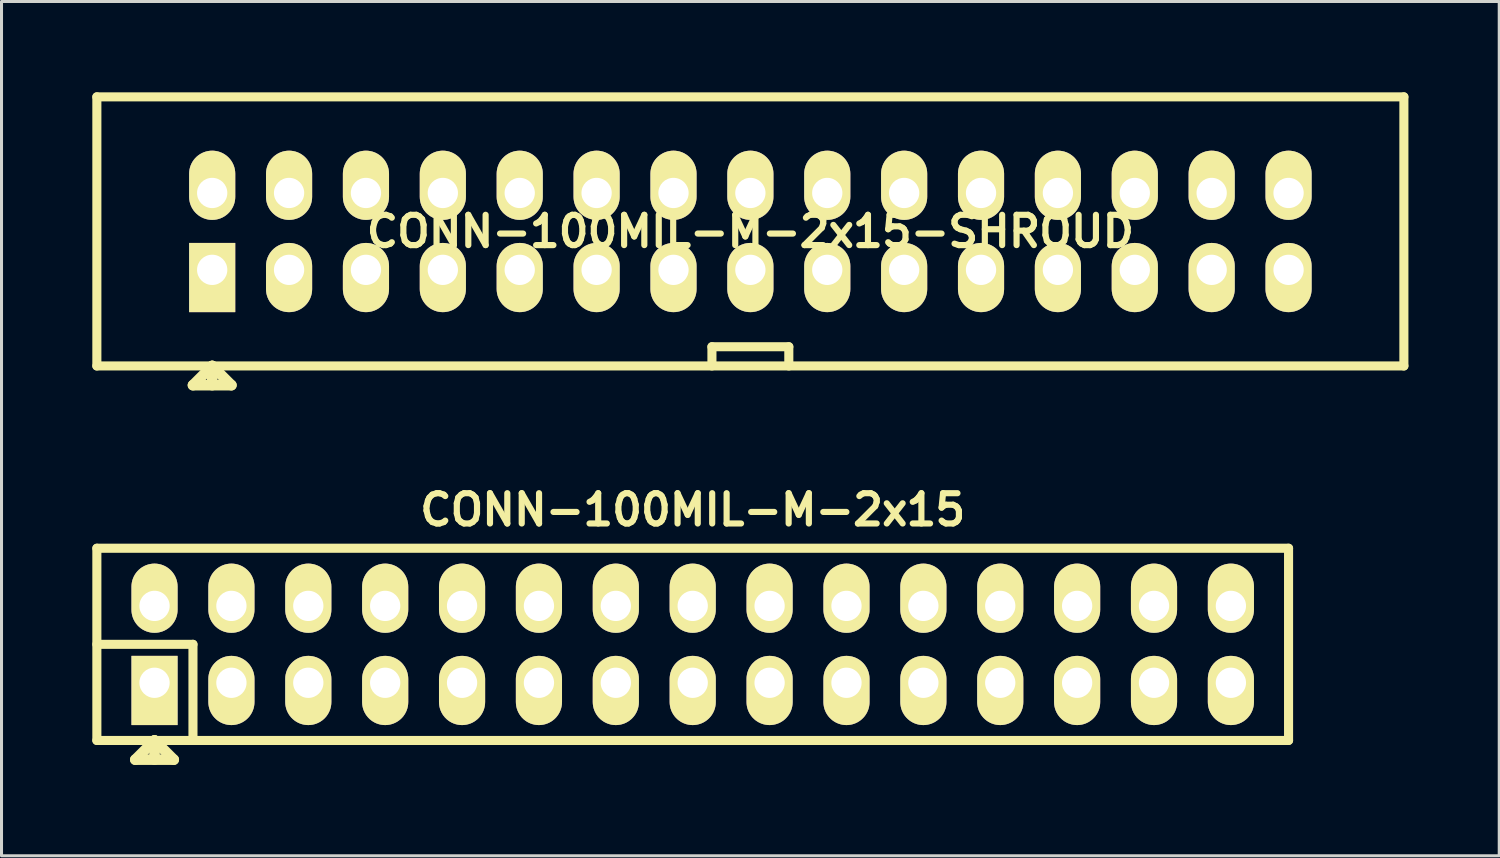
<source format=kicad_pcb>
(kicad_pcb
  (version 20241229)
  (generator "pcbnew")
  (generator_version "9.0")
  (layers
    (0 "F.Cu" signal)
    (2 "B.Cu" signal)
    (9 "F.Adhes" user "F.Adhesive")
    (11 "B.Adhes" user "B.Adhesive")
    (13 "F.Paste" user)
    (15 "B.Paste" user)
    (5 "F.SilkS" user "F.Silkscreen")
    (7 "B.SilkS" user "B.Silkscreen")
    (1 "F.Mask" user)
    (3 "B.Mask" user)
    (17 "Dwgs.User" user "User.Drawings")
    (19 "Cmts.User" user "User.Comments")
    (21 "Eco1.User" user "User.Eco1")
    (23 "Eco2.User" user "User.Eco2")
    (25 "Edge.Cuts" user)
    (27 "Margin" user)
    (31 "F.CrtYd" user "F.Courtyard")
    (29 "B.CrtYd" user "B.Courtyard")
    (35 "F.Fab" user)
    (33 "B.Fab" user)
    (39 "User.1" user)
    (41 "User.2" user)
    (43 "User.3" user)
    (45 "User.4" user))
  (footprint "CONN-100MIL-M-2x15"
    (layer "F.Cu")
    (at 19.835 18.237)
    (property "Reference" "CONN-100MIL-M-2x15" (at 0 -4.445 0) (layer "F.SilkS") (effects (font (size 1.001 1.001) (thickness 0.203))))
    (attr through_hole)
    (fp_line (start -19.685 -3.175) (end 19.685 -3.175) (stroke (width 0.3) (type solid)) (layer "F.SilkS"))
    (fp_line (start -19.685 0) (end -16.51 0) (stroke (width 0.3) (type solid)) (layer "F.SilkS"))
    (fp_line (start -19.685 3.175) (end -19.685 -3.175) (stroke (width 0.3) (type solid)) (layer "F.SilkS"))
    (fp_line (start -18.415 3.81) (end -17.145 3.81) (stroke (width 0.35) (type solid)) (layer "F.SilkS"))
    (fp_line (start -17.78 3.175) (end -18.415 3.81) (stroke (width 0.35) (type solid)) (layer "F.SilkS"))
    (fp_line (start -17.78 3.175) (end -17.78 3.81) (stroke (width 0.35) (type solid)) (layer "F.SilkS"))
    (fp_line (start -17.145 3.81) (end -17.78 3.175) (stroke (width 0.35) (type solid)) (layer "F.SilkS"))
    (fp_line (start -16.51 0) (end -16.51 3.175) (stroke (width 0.3) (type solid)) (layer "F.SilkS"))
    (fp_line (start 19.685 -3.175) (end 19.685 3.175) (stroke (width 0.3) (type solid)) (layer "F.SilkS"))
    (fp_line (start 19.685 3.175) (end -19.685 3.175) (stroke (width 0.3) (type solid)) (layer "F.SilkS"))
    (pad "1" thru_hole rect (at -17.78 1.27) (size 1.524 2.286) (drill 1 (offset 0 0.254)) (layers "*.Cu" "*.Mask" "F.SilkS"))
    (pad "2" thru_hole oval (at -17.78 -1.27) (size 1.524 2.286) (drill 1 (offset 0 -0.254)) (layers "*.Cu" "*.Mask" "F.SilkS"))
    (pad "3" thru_hole oval (at -15.24 1.27) (size 1.524 2.286) (drill 1 (offset 0 0.254)) (layers "*.Cu" "*.Mask" "F.SilkS"))
    (pad "4" thru_hole oval (at -15.24 -1.27) (size 1.524 2.286) (drill 1 (offset 0 -0.254)) (layers "*.Cu" "*.Mask" "F.SilkS"))
    (pad "5" thru_hole oval (at -12.7 1.27) (size 1.524 2.286) (drill 1 (offset 0 0.254)) (layers "*.Cu" "*.Mask" "F.SilkS"))
    (pad "6" thru_hole oval (at -12.7 -1.27) (size 1.524 2.286) (drill 1 (offset 0 -0.254)) (layers "*.Cu" "*.Mask" "F.SilkS"))
    (pad "7" thru_hole oval (at -10.16 1.27) (size 1.524 2.286) (drill 1 (offset 0 0.254)) (layers "*.Cu" "*.Mask" "F.SilkS"))
    (pad "8" thru_hole oval (at -10.16 -1.27) (size 1.524 2.286) (drill 1 (offset 0 -0.254)) (layers "*.Cu" "*.Mask" "F.SilkS"))
    (pad "9" thru_hole oval (at -7.62 1.27) (size 1.524 2.286) (drill 1 (offset 0 0.254)) (layers "*.Cu" "*.Mask" "F.SilkS"))
    (pad "10" thru_hole oval (at -7.62 -1.27) (size 1.524 2.286) (drill 1 (offset 0 -0.254)) (layers "*.Cu" "*.Mask" "F.SilkS"))
    (pad "11" thru_hole oval (at -5.08 1.27) (size 1.524 2.286) (drill 1 (offset 0 0.254)) (layers "*.Cu" "*.Mask" "F.SilkS"))
    (pad "12" thru_hole oval (at -5.08 -1.27) (size 1.524 2.286) (drill 1 (offset 0 -0.254)) (layers "*.Cu" "*.Mask" "F.SilkS"))
    (pad "13" thru_hole oval (at -2.54 1.27) (size 1.524 2.286) (drill 1 (offset 0 0.254)) (layers "*.Cu" "*.Mask" "F.SilkS"))
    (pad "14" thru_hole oval (at -2.54 -1.27) (size 1.524 2.286) (drill 1 (offset 0 -0.254)) (layers "*.Cu" "*.Mask" "F.SilkS"))
    (pad "15" thru_hole oval (at 0 1.27) (size 1.524 2.286) (drill 1 (offset 0 0.254)) (layers "*.Cu" "*.Mask" "F.SilkS"))
    (pad "16" thru_hole oval (at 0 -1.27) (size 1.524 2.286) (drill 1 (offset 0 -0.254)) (layers "*.Cu" "*.Mask" "F.SilkS"))
    (pad "17" thru_hole oval (at 2.54 1.27) (size 1.524 2.286) (drill 1 (offset 0 0.254)) (layers "*.Cu" "*.Mask" "F.SilkS"))
    (pad "18" thru_hole oval (at 2.54 -1.27) (size 1.524 2.286) (drill 1 (offset 0 -0.254)) (layers "*.Cu" "*.Mask" "F.SilkS"))
    (pad "19" thru_hole oval (at 5.08 1.27) (size 1.524 2.286) (drill 1 (offset 0 0.254)) (layers "*.Cu" "*.Mask" "F.SilkS"))
    (pad "20" thru_hole oval (at 5.08 -1.27) (size 1.524 2.286) (drill 1 (offset 0 -0.254)) (layers "*.Cu" "*.Mask" "F.SilkS"))
    (pad "21" thru_hole oval (at 7.62 1.27) (size 1.524 2.286) (drill 1 (offset 0 0.254)) (layers "*.Cu" "*.Mask" "F.SilkS"))
    (pad "22" thru_hole oval (at 7.62 -1.27) (size 1.524 2.286) (drill 1 (offset 0 -0.254)) (layers "*.Cu" "*.Mask" "F.SilkS"))
    (pad "23" thru_hole oval (at 10.16 1.27) (size 1.524 2.286) (drill 1 (offset 0 0.254)) (layers "*.Cu" "*.Mask" "F.SilkS"))
    (pad "24" thru_hole oval (at 10.16 -1.27) (size 1.524 2.286) (drill 1 (offset 0 -0.254)) (layers "*.Cu" "*.Mask" "F.SilkS"))
    (pad "25" thru_hole oval (at 12.7 1.27) (size 1.524 2.286) (drill 1 (offset 0 0.254)) (layers "*.Cu" "*.Mask" "F.SilkS"))
    (pad "26" thru_hole oval (at 12.7 -1.27) (size 1.524 2.286) (drill 1 (offset 0 -0.254)) (layers "*.Cu" "*.Mask" "F.SilkS"))
    (pad "27" thru_hole oval (at 15.24 1.27) (size 1.524 2.286) (drill 1 (offset 0 0.254)) (layers "*.Cu" "*.Mask" "F.SilkS"))
    (pad "28" thru_hole oval (at 15.24 -1.27) (size 1.524 2.286) (drill 1 (offset 0 -0.254)) (layers "*.Cu" "*.Mask" "F.SilkS"))
    (pad "29" thru_hole oval (at 17.78 1.27) (size 1.524 2.286) (drill 1 (offset 0 0.254)) (layers "*.Cu" "*.Mask" "F.SilkS"))
    (pad "30" thru_hole oval (at 17.78 -1.27) (size 1.524 2.286) (drill 1 (offset 0 -0.254)) (layers "*.Cu" "*.Mask" "F.SilkS")))
  (footprint "CONN-100MIL-M-2x15-SHROUD"
    (layer "F.Cu")
    (at 21.74 4.595)
    (property "Reference" "CONN-100MIL-M-2x15-SHROUD" (at 0 0 0) (layer "F.SilkS") (effects (font (size 1.001 1.001) (thickness 0.203))))
    (attr through_hole)
    (fp_line (start -21.59 -4.445) (end 21.59 -4.445) (stroke (width 0.3) (type solid)) (layer "F.SilkS"))
    (fp_line (start -21.59 4.445) (end -21.59 -4.445) (stroke (width 0.3) (type solid)) (layer "F.SilkS"))
    (fp_line (start -18.415 5.08) (end -17.145 5.08) (stroke (width 0.35) (type solid)) (layer "F.SilkS"))
    (fp_line (start -17.78 4.445) (end -18.415 5.08) (stroke (width 0.35) (type solid)) (layer "F.SilkS"))
    (fp_line (start -17.78 4.445) (end -17.78 5.08) (stroke (width 0.35) (type solid)) (layer "F.SilkS"))
    (fp_line (start -17.145 5.08) (end -17.78 4.445) (stroke (width 0.35) (type solid)) (layer "F.SilkS"))
    (fp_line (start -1.27 3.81) (end 1.27 3.81) (stroke (width 0.3) (type solid)) (layer "F.SilkS"))
    (fp_line (start -1.27 4.445) (end -1.27 3.81) (stroke (width 0.3) (type solid)) (layer "F.SilkS"))
    (fp_line (start 1.27 3.81) (end 1.27 4.445) (stroke (width 0.3) (type solid)) (layer "F.SilkS"))
    (fp_line (start 21.59 -4.445) (end 21.59 4.445) (stroke (width 0.3) (type solid)) (layer "F.SilkS"))
    (fp_line (start 21.59 4.445) (end -21.59 4.445) (stroke (width 0.3) (type solid)) (layer "F.SilkS"))
    (pad "1" thru_hole rect (at -17.78 1.27) (size 1.524 2.286) (drill 1 (offset 0 0.254)) (layers "*.Cu" "*.Mask" "F.SilkS"))
    (pad "2" thru_hole oval (at -17.78 -1.27) (size 1.524 2.286) (drill 1 (offset 0 -0.254)) (layers "*.Cu" "*.Mask" "F.SilkS"))
    (pad "3" thru_hole oval (at -15.24 1.27) (size 1.524 2.286) (drill 1 (offset 0 0.254)) (layers "*.Cu" "*.Mask" "F.SilkS"))
    (pad "4" thru_hole oval (at -15.24 -1.27) (size 1.524 2.286) (drill 1 (offset 0 -0.254)) (layers "*.Cu" "*.Mask" "F.SilkS"))
    (pad "5" thru_hole oval (at -12.7 1.27) (size 1.524 2.286) (drill 1 (offset 0 0.254)) (layers "*.Cu" "*.Mask" "F.SilkS"))
    (pad "6" thru_hole oval (at -12.7 -1.27) (size 1.524 2.286) (drill 1 (offset 0 -0.254)) (layers "*.Cu" "*.Mask" "F.SilkS"))
    (pad "7" thru_hole oval (at -10.16 1.27) (size 1.524 2.286) (drill 1 (offset 0 0.254)) (layers "*.Cu" "*.Mask" "F.SilkS"))
    (pad "8" thru_hole oval (at -10.16 -1.27) (size 1.524 2.286) (drill 1 (offset 0 -0.254)) (layers "*.Cu" "*.Mask" "F.SilkS"))
    (pad "9" thru_hole oval (at -7.62 1.27) (size 1.524 2.286) (drill 1 (offset 0 0.254)) (layers "*.Cu" "*.Mask" "F.SilkS"))
    (pad "10" thru_hole oval (at -7.62 -1.27) (size 1.524 2.286) (drill 1 (offset 0 -0.254)) (layers "*.Cu" "*.Mask" "F.SilkS"))
    (pad "11" thru_hole oval (at -5.08 1.27) (size 1.524 2.286) (drill 1 (offset 0 0.254)) (layers "*.Cu" "*.Mask" "F.SilkS"))
    (pad "12" thru_hole oval (at -5.08 -1.27) (size 1.524 2.286) (drill 1 (offset 0 -0.254)) (layers "*.Cu" "*.Mask" "F.SilkS"))
    (pad "13" thru_hole oval (at -2.54 1.27) (size 1.524 2.286) (drill 1 (offset 0 0.254)) (layers "*.Cu" "*.Mask" "F.SilkS"))
    (pad "14" thru_hole oval (at -2.54 -1.27) (size 1.524 2.286) (drill 1 (offset 0 -0.254)) (layers "*.Cu" "*.Mask" "F.SilkS"))
    (pad "15" thru_hole oval (at 0 1.27) (size 1.524 2.286) (drill 1 (offset 0 0.254)) (layers "*.Cu" "*.Mask" "F.SilkS"))
    (pad "16" thru_hole oval (at 0 -1.27) (size 1.524 2.286) (drill 1 (offset 0 -0.254)) (layers "*.Cu" "*.Mask" "F.SilkS"))
    (pad "17" thru_hole oval (at 2.54 1.27) (size 1.524 2.286) (drill 1 (offset 0 0.254)) (layers "*.Cu" "*.Mask" "F.SilkS"))
    (pad "18" thru_hole oval (at 2.54 -1.27) (size 1.524 2.286) (drill 1 (offset 0 -0.254)) (layers "*.Cu" "*.Mask" "F.SilkS"))
    (pad "19" thru_hole oval (at 5.08 1.27) (size 1.524 2.286) (drill 1 (offset 0 0.254)) (layers "*.Cu" "*.Mask" "F.SilkS"))
    (pad "20" thru_hole oval (at 5.08 -1.27) (size 1.524 2.286) (drill 1 (offset 0 -0.254)) (layers "*.Cu" "*.Mask" "F.SilkS"))
    (pad "21" thru_hole oval (at 7.62 1.27) (size 1.524 2.286) (drill 1 (offset 0 0.254)) (layers "*.Cu" "*.Mask" "F.SilkS"))
    (pad "22" thru_hole oval (at 7.62 -1.27) (size 1.524 2.286) (drill 1 (offset 0 -0.254)) (layers "*.Cu" "*.Mask" "F.SilkS"))
    (pad "23" thru_hole oval (at 10.16 1.27) (size 1.524 2.286) (drill 1 (offset 0 0.254)) (layers "*.Cu" "*.Mask" "F.SilkS"))
    (pad "24" thru_hole oval (at 10.16 -1.27) (size 1.524 2.286) (drill 1 (offset 0 -0.254)) (layers "*.Cu" "*.Mask" "F.SilkS"))
    (pad "25" thru_hole oval (at 12.7 1.27) (size 1.524 2.286) (drill 1 (offset 0 0.254)) (layers "*.Cu" "*.Mask" "F.SilkS"))
    (pad "26" thru_hole oval (at 12.7 -1.27) (size 1.524 2.286) (drill 1 (offset 0 -0.254)) (layers "*.Cu" "*.Mask" "F.SilkS"))
    (pad "27" thru_hole oval (at 15.24 1.27) (size 1.524 2.286) (drill 1 (offset 0 0.254)) (layers "*.Cu" "*.Mask" "F.SilkS"))
    (pad "28" thru_hole oval (at 15.24 -1.27) (size 1.524 2.286) (drill 1 (offset 0 -0.254)) (layers "*.Cu" "*.Mask" "F.SilkS"))
    (pad "29" thru_hole oval (at 17.78 1.27) (size 1.524 2.286) (drill 1 (offset 0 0.254)) (layers "*.Cu" "*.Mask" "F.SilkS"))
    (pad "30" thru_hole oval (at 17.78 -1.27) (size 1.524 2.286) (drill 1 (offset 0 -0.254)) (layers "*.Cu" "*.Mask" "F.SilkS")))
  (gr_rect
    (start -3 -3)
    (end 46.48 25.222)
    (stroke (width 0.1) (type default))
    (fill no)
    (layer "Edge.Cuts")))
</source>
